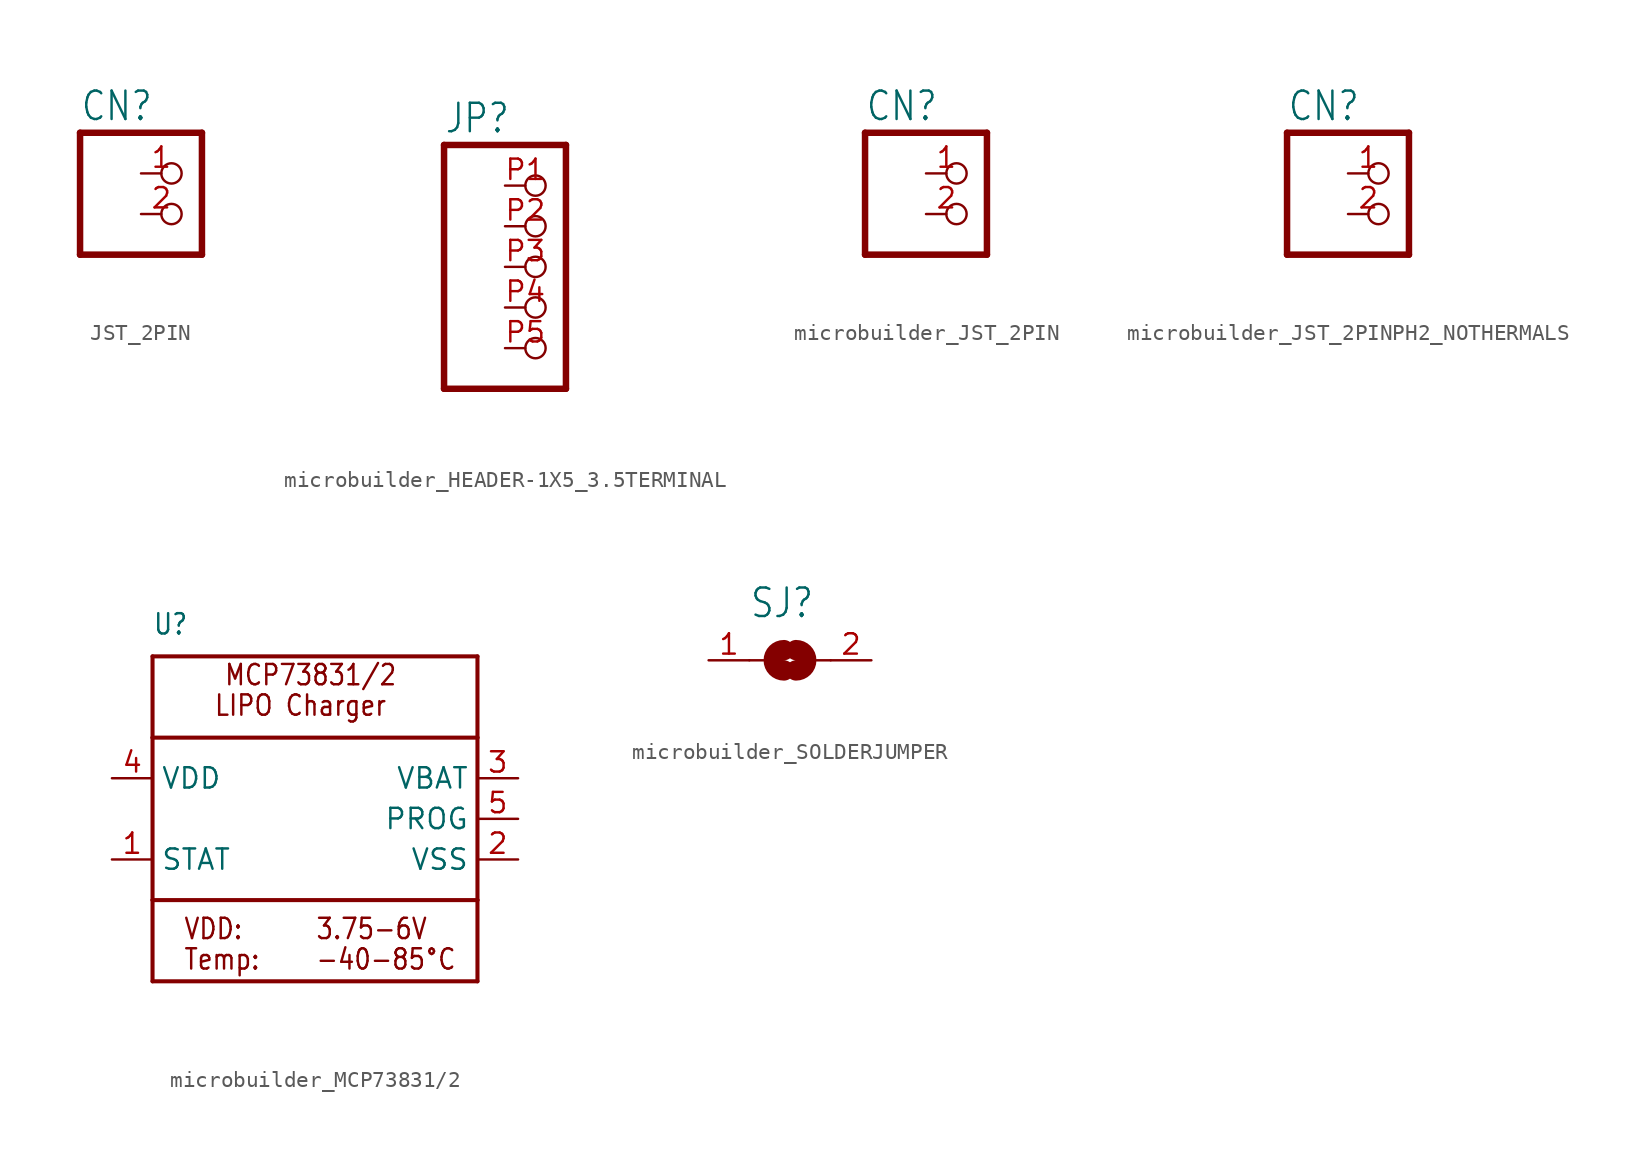
<source format=kicad_sym>
(kicad_symbol_lib
  (version 20220914)
  (generator kicad_symbol_editor)
  (symbol "JST_2PIN"
    (property "Reference" "CN"
      (at -6.35 5.715 0)
      (effects (font (size 1.778 1.511)) (justify left bottom)))
    (property "Value" ""
      (at -6.35 -5.08 0)
      (effects (font (size 1.778 1.511)) (justify left bottom)))
    (property "ki_locked" ""
      (at 0 0 0)
      (effects (font (size 1.27 1.27))))
    (symbol "JST_2PIN_1_0"
      (polyline (pts (xy -6.35 -2.54) (xy 1.27 -2.54)) (stroke (width 0.406) (type solid)) (fill (type none)))
      (polyline (pts (xy -6.35 5.08) (xy -6.35 -2.54)) (stroke (width 0.406) (type solid)) (fill (type none)))
      (polyline (pts (xy 1.27 -2.54) (xy 1.27 5.08)) (stroke (width 0.406) (type solid)) (fill (type none)))
      (polyline (pts (xy 1.27 5.08) (xy -6.35 5.08)) (stroke (width 0.406) (type solid)) (fill (type none)))
      (pin passive inverted (at -2.54 2.54 0) (length 2.54) (name "1" (effects (font (size 0 0)))) (number "1" (effects (font (size 1.27 1.27)))))
      (pin passive inverted (at -2.54 0 0) (length 2.54) (name "2" (effects (font (size 0 0)))) (number "2" (effects (font (size 1.27 1.27)))))))
  (symbol "microbuilder_HEADER-1X5_3.5TERMINAL"
    (property "Reference" "JP"
      (at -6.35 8.255 0)
      (effects (font (size 1.778 1.511)) (justify left bottom)))
    (property "Value" ""
      (at -6.35 -10.16 0)
      (effects (font (size 1.778 1.511)) (justify left bottom)))
    (property "ki_locked" ""
      (at 0 0 0)
      (effects (font (size 1.27 1.27))))
    (symbol "microbuilder_HEADER-1X5_3.5TERMINAL_1_0"
      (polyline (pts (xy -6.35 -7.62) (xy 1.27 -7.62)) (stroke (width 0.406) (type solid)) (fill (type none)))
      (polyline (pts (xy -6.35 7.62) (xy -6.35 -7.62)) (stroke (width 0.406) (type solid)) (fill (type none)))
      (polyline (pts (xy 1.27 -7.62) (xy 1.27 7.62)) (stroke (width 0.406) (type solid)) (fill (type none)))
      (polyline (pts (xy 1.27 7.62) (xy -6.35 7.62)) (stroke (width 0.406) (type solid)) (fill (type none)))
      (pin passive inverted (at -2.54 5.08 0) (length 2.54) (name "1" (effects (font (size 0 0)))) (number "P1" (effects (font (size 1.27 1.27)))))
      (pin passive inverted (at -2.54 2.54 0) (length 2.54) (name "2" (effects (font (size 0 0)))) (number "P2" (effects (font (size 1.27 1.27)))))
      (pin passive inverted (at -2.54 0 0) (length 2.54) (name "3" (effects (font (size 0 0)))) (number "P3" (effects (font (size 1.27 1.27)))))
      (pin passive inverted (at -2.54 -2.54 0) (length 2.54) (name "4" (effects (font (size 0 0)))) (number "P4" (effects (font (size 1.27 1.27)))))
      (pin passive inverted (at -2.54 -5.08 0) (length 2.54) (name "5" (effects (font (size 0 0)))) (number "P5" (effects (font (size 1.27 1.27)))))))
  (symbol "microbuilder_JST_2PIN"
    (property "Reference" "CN"
      (at -6.35 5.715 0)
      (effects (font (size 1.778 1.511)) (justify left bottom)))
    (property "Value" ""
      (at -6.35 -5.08 0)
      (effects (font (size 1.778 1.511)) (justify left bottom)))
    (property "ki_locked" ""
      (at 0 0 0)
      (effects (font (size 1.27 1.27))))
    (symbol "microbuilder_JST_2PIN_1_0"
      (polyline (pts (xy -6.35 -2.54) (xy 1.27 -2.54)) (stroke (width 0.406) (type solid)) (fill (type none)))
      (polyline (pts (xy -6.35 5.08) (xy -6.35 -2.54)) (stroke (width 0.406) (type solid)) (fill (type none)))
      (polyline (pts (xy 1.27 -2.54) (xy 1.27 5.08)) (stroke (width 0.406) (type solid)) (fill (type none)))
      (polyline (pts (xy 1.27 5.08) (xy -6.35 5.08)) (stroke (width 0.406) (type solid)) (fill (type none)))
      (pin passive inverted (at -2.54 2.54 0) (length 2.54) (name "1" (effects (font (size 0 0)))) (number "1" (effects (font (size 1.27 1.27)))))
      (pin passive inverted (at -2.54 0 0) (length 2.54) (name "2" (effects (font (size 0 0)))) (number "2" (effects (font (size 1.27 1.27)))))))
  (symbol "microbuilder_JST_2PINPH2_NOTHERMALS"
    (property "Reference" "CN"
      (at -6.35 5.715 0)
      (effects (font (size 1.778 1.511)) (justify left bottom)))
    (property "Value" ""
      (at -6.35 -5.08 0)
      (effects (font (size 1.778 1.511)) (justify left bottom)))
    (property "ki_locked" ""
      (at 0 0 0)
      (effects (font (size 1.27 1.27))))
    (symbol "microbuilder_JST_2PINPH2_NOTHERMALS_1_0"
      (polyline (pts (xy -6.35 -2.54) (xy 1.27 -2.54)) (stroke (width 0.406) (type solid)) (fill (type none)))
      (polyline (pts (xy -6.35 5.08) (xy -6.35 -2.54)) (stroke (width 0.406) (type solid)) (fill (type none)))
      (polyline (pts (xy 1.27 -2.54) (xy 1.27 5.08)) (stroke (width 0.406) (type solid)) (fill (type none)))
      (polyline (pts (xy 1.27 5.08) (xy -6.35 5.08)) (stroke (width 0.406) (type solid)) (fill (type none)))
      (pin passive inverted (at -2.54 2.54 0) (length 2.54) (name "1" (effects (font (size 0 0)))) (number "1" (effects (font (size 1.27 1.27)))))
      (pin passive inverted (at -2.54 0 0) (length 2.54) (name "2" (effects (font (size 0 0)))) (number "2" (effects (font (size 1.27 1.27)))))))
  (symbol "microbuilder_MCP73831/2"
    (property "Reference" "U"
      (at -10.16 11.43 0)
      (effects (font (size 1.27 1.079)) (justify left bottom)))
    (property "Value" ""
      (at -10.16 -12.7 0)
      (effects (font (size 1.27 1.079)) (justify left bottom)))
    (property "ki_locked" ""
      (at 0 0 0)
      (effects (font (size 1.27 1.27))))
    (symbol "microbuilder_MCP73831/2_1_0"
      (polyline (pts (xy -10.16 -5.08) (xy -10.16 -10.16)) (stroke (width 0.254) (type solid)) (fill (type none)))
      (polyline (pts (xy -10.16 -5.08) (xy -10.16 5.08)) (stroke (width 0.254) (type solid)) (fill (type none)))
      (polyline (pts (xy -10.16 5.08) (xy 10.16 5.08)) (stroke (width 0.254) (type solid)) (fill (type none)))
      (polyline (pts (xy -10.16 10.16) (xy -10.16 5.08)) (stroke (width 0.254) (type solid)) (fill (type none)))
      (polyline (pts (xy -10.16 10.16) (xy 10.16 10.16)) (stroke (width 0.254) (type solid)) (fill (type none)))
      (polyline (pts (xy 10.16 -10.16) (xy -10.16 -10.16)) (stroke (width 0.254) (type solid)) (fill (type none)))
      (polyline (pts (xy 10.16 -5.08) (xy -10.16 -5.08)) (stroke (width 0.254) (type solid)) (fill (type none)))
      (polyline (pts (xy 10.16 -5.08) (xy 10.16 -10.16)) (stroke (width 0.254) (type solid)) (fill (type none)))
      (polyline (pts (xy 10.16 5.08) (xy 10.16 -5.08)) (stroke (width 0.254) (type solid)) (fill (type none)))
      (polyline (pts (xy 10.16 10.16) (xy 10.16 5.08)) (stroke (width 0.254) (type solid)) (fill (type none)))
      (text "-40-85°C" (at 0 -9.525 0) (effects (font (size 1.27 1.079)) (justify left bottom)))
      (text "3.75-6V" (at 0 -7.62 0) (effects (font (size 1.27 1.079)) (justify left bottom)))
      (text "LIPO Charger" (at -6.35 6.35 0) (effects (font (size 1.27 1.079)) (justify left bottom)))
      (text "MCP73831/2" (at -5.715 8.255 0) (effects (font (size 1.27 1.079)) (justify left bottom)))
      (text "Temp:" (at -8.255 -9.525 0) (effects (font (size 1.27 1.079)) (justify left bottom)))
      (text "VDD:" (at -8.255 -7.62 0) (effects (font (size 1.27 1.079)) (justify left bottom)))
      (pin output line (at -12.7 -2.54 0) (length 2.54) (name "STAT" (effects (font (size 1.27 1.27)))) (number "1" (effects (font (size 1.27 1.27)))))
      (pin power_in line (at 12.7 -2.54 180) (length 2.54) (name "VSS" (effects (font (size 1.27 1.27)))) (number "2" (effects (font (size 1.27 1.27)))))
      (pin power_in line (at 12.7 2.54 180) (length 2.54) (name "VBAT" (effects (font (size 1.27 1.27)))) (number "3" (effects (font (size 1.27 1.27)))))
      (pin power_in line (at -12.7 2.54 0) (length 2.54) (name "VDD" (effects (font (size 1.27 1.27)))) (number "4" (effects (font (size 1.27 1.27)))))
      (pin input line (at 12.7 0 180) (length 2.54) (name "PROG" (effects (font (size 1.27 1.27)))) (number "5" (effects (font (size 1.27 1.27)))))))
  (symbol "microbuilder_SOLDERJUMPER"
    (property "Reference" "SJ"
      (at -2.54 2.54 0)
      (effects (font (size 1.778 1.511)) (justify left bottom)))
    (property "Value" ""
      (at -2.54 -3.81 0)
      (effects (font (size 1.778 1.511)) (justify left bottom)))
    (property "ki_locked" ""
      (at 0 0 0)
      (effects (font (size 1.27 1.27))))
    (symbol "microbuilder_SOLDERJUMPER_1_0"
      (arc (start -0.3808 0.635) (mid -1.0159 0.0001) (end -0.381 -0.635) (stroke (width 1.27) (type solid)) (fill (type none)))
      (polyline (pts (xy -2.54 0) (xy -1.651 0)) (stroke (width 0.152) (type solid)) (fill (type none)))
      (polyline (pts (xy 2.54 0) (xy 1.651 0)) (stroke (width 0.152) (type solid)) (fill (type none)))
      (arc (start 0.3808 -0.635) (mid 1.0159 -0.0001) (end 0.381 0.635) (stroke (width 1.27) (type solid)) (fill (type none)))
      (pin passive line (at -5.08 0 0) (length 2.54) (name "1" (effects (font (size 0 0)))) (number "1" (effects (font (size 1.27 1.27)))))
      (pin passive line (at 5.08 0 180) (length 2.54) (name "2" (effects (font (size 0 0)))) (number "2" (effects (font (size 1.27 1.27))))))))
</source>
